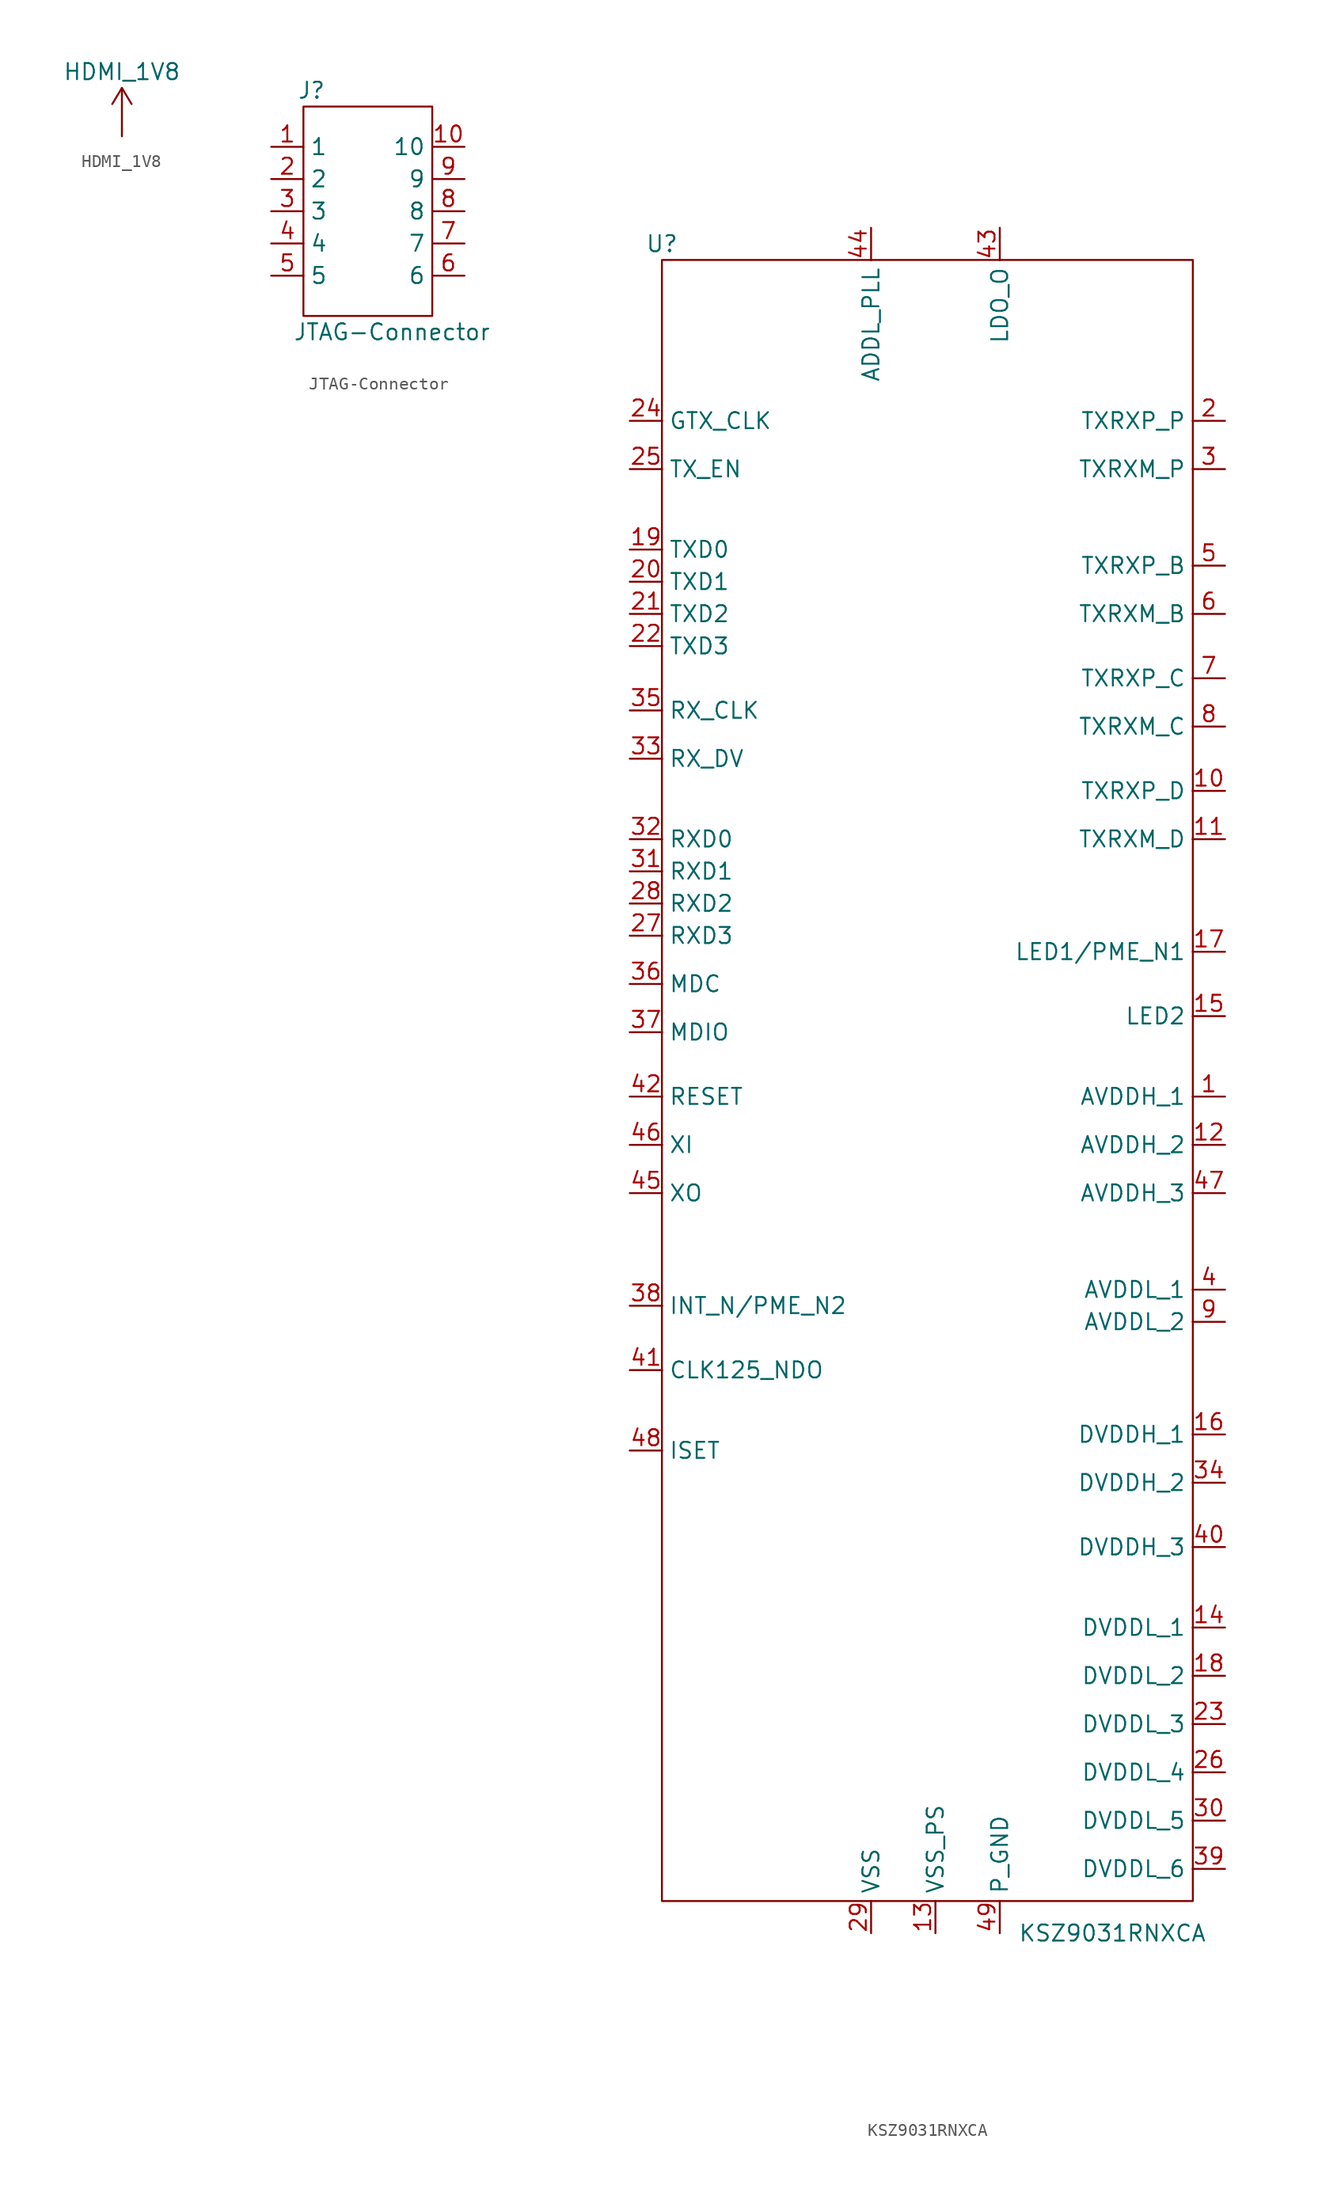
<source format=kicad_sym>
(kicad_symbol_lib
  (version 20201005)
  (generator kicad_symbol_editor)
  (symbol "BeagleV:HDMI_1V8"
    (property "Reference" "P"
      (at 0 0 0)
      (effects (font (size 1.27 1.27)) hide))
    (property "Value" "HDMI_1V8"
      (at 0 5.08 0)
      (effects (font (size 1.27 1.27))))
    (symbol "HDMI_1V8_0_1"
      (polyline (pts (xy 0 0) (xy 0 3.81)) (stroke (width 0)) (fill (type none)))
      (polyline (pts (xy 0 3.81) (xy -0.762 2.54)) (stroke (width 0)) (fill (type none)))
      (polyline (pts (xy 0 3.81) (xy 0.762 2.54)) (stroke (width 0)) (fill (type none))))
    (symbol "HDMI_1V8_1_1"
      (pin power_in line (at 0 0 90) (length 0) hide (name "LDO_3V3" (effects (font (size 1.27 1.27)))) (number "1" (effects (font (size 1.27 1.27)))))))
  (symbol "BeagleV:JTAG-Connector"
    (property "Reference" "J"
      (at -4.445 9.525 0)
      (effects (font (size 1.27 1.27))))
    (property "Value" "JTAG-Connector"
      (at 1.905 -9.525 0)
      (effects (font (size 1.27 1.27))))
    (symbol "JTAG-Connector_0_1"
      (rectangle (start -5.08 8.255) (end 5.08 -8.255) (stroke (width 0.152)) (fill (type none))))
    (symbol "JTAG-Connector_1_1"
      (pin passive line (at -7.62 5.08 0) (length 2.54) (name "1" (effects (font (size 1.27 1.27)))) (number "1" (effects (font (size 1.27 1.27)))))
      (pin passive line (at 7.62 5.08 180) (length 2.54) (name "10" (effects (font (size 1.27 1.27)))) (number "10" (effects (font (size 1.27 1.27)))))
      (pin passive line (at -7.62 2.54 0) (length 2.54) (name "2" (effects (font (size 1.27 1.27)))) (number "2" (effects (font (size 1.27 1.27)))))
      (pin passive line (at -7.62 0 0) (length 2.54) (name "3" (effects (font (size 1.27 1.27)))) (number "3" (effects (font (size 1.27 1.27)))))
      (pin passive line (at -7.62 -2.54 0) (length 2.54) (name "4" (effects (font (size 1.27 1.27)))) (number "4" (effects (font (size 1.27 1.27)))))
      (pin passive line (at -7.62 -5.08 0) (length 2.54) (name "5" (effects (font (size 1.27 1.27)))) (number "5" (effects (font (size 1.27 1.27)))))
      (pin passive line (at 7.62 -5.08 180) (length 2.54) (name "6" (effects (font (size 1.27 1.27)))) (number "6" (effects (font (size 1.27 1.27)))))
      (pin passive line (at 7.62 -2.54 180) (length 2.54) (name "7" (effects (font (size 1.27 1.27)))) (number "7" (effects (font (size 1.27 1.27)))))
      (pin passive line (at 7.62 0 180) (length 2.54) (name "8" (effects (font (size 1.27 1.27)))) (number "8" (effects (font (size 1.27 1.27)))))
      (pin passive line (at 7.62 2.54 180) (length 2.54) (name "9" (effects (font (size 1.27 1.27)))) (number "9" (effects (font (size 1.27 1.27)))))))
  (symbol "BeagleV:KSZ9031RNXCA"
    (property "Reference" "U"
      (at -21.59 68.58 0)
      (effects (font (size 1.27 1.27))))
    (property "Value" "KSZ9031RNXCA"
      (at 13.97 -64.77 0)
      (effects (font (size 1.27 1.27))))
    (symbol "KSZ9031RNXCA_0_1"
      (rectangle (start -21.59 67.31) (end 20.32 -62.23) (stroke (width 0.152)) (fill (type none))))
    (symbol "KSZ9031RNXCA_1_1"
      (pin power_in line (at 22.86 1.27 180) (length 2.56) (name "AVDDH_1" (effects (font (size 1.27 1.27)))) (number "1" (effects (font (size 1.27 1.27)))))
      (pin bidirectional line (at 22.86 25.4 180) (length 2.56) (name "TXRXP_D" (effects (font (size 1.27 1.27)))) (number "10" (effects (font (size 1.27 1.27)))))
      (pin bidirectional line (at 22.86 21.59 180) (length 2.56) (name "TXRXM_D" (effects (font (size 1.27 1.27)))) (number "11" (effects (font (size 1.27 1.27)))))
      (pin power_in line (at 22.86 -2.54 180) (length 2.56) (name "AVDDH_2" (effects (font (size 1.27 1.27)))) (number "12" (effects (font (size 1.27 1.27)))))
      (pin power_in line (at 0 -64.77 90) (length 2.56) (name "VSS_PS" (effects (font (size 1.27 1.27)))) (number "13" (effects (font (size 1.27 1.27)))))
      (pin power_in line (at 22.86 -40.64 180) (length 2.56) (name "DVDDL_1" (effects (font (size 1.27 1.27)))) (number "14" (effects (font (size 1.27 1.27)))))
      (pin output line (at 22.86 7.62 180) (length 2.56) (name "LED2" (effects (font (size 1.27 1.27)))) (number "15" (effects (font (size 1.27 1.27)))))
      (pin power_in line (at 22.86 -25.4 180) (length 2.56) (name "DVDDH_1" (effects (font (size 1.27 1.27)))) (number "16" (effects (font (size 1.27 1.27)))))
      (pin output line (at 22.86 12.7 180) (length 2.56) (name "LED1/PME_N1" (effects (font (size 1.27 1.27)))) (number "17" (effects (font (size 1.27 1.27)))))
      (pin power_in line (at 22.86 -44.45 180) (length 2.56) (name "DVDDL_2" (effects (font (size 1.27 1.27)))) (number "18" (effects (font (size 1.27 1.27)))))
      (pin input line (at -24.13 44.45 0) (length 2.56) (name "TXD0" (effects (font (size 1.27 1.27)))) (number "19" (effects (font (size 1.27 1.27)))))
      (pin bidirectional line (at 22.86 54.61 180) (length 2.56) (name "TXRXP_P" (effects (font (size 1.27 1.27)))) (number "2" (effects (font (size 1.27 1.27)))))
      (pin input line (at -24.13 41.91 0) (length 2.56) (name "TXD1" (effects (font (size 1.27 1.27)))) (number "20" (effects (font (size 1.27 1.27)))))
      (pin input line (at -24.13 39.37 0) (length 2.56) (name "TXD2" (effects (font (size 1.27 1.27)))) (number "21" (effects (font (size 1.27 1.27)))))
      (pin input line (at -24.13 36.83 0) (length 2.56) (name "TXD3" (effects (font (size 1.27 1.27)))) (number "22" (effects (font (size 1.27 1.27)))))
      (pin power_in line (at 22.86 -48.26 180) (length 2.56) (name "DVDDL_3" (effects (font (size 1.27 1.27)))) (number "23" (effects (font (size 1.27 1.27)))))
      (pin input line (at -24.13 54.61 0) (length 2.56) (name "GTX_CLK" (effects (font (size 1.27 1.27)))) (number "24" (effects (font (size 1.27 1.27)))))
      (pin input line (at -24.13 50.8 0) (length 2.56) (name "TX_EN" (effects (font (size 1.27 1.27)))) (number "25" (effects (font (size 1.27 1.27)))))
      (pin power_in line (at 22.86 -52.07 180) (length 2.56) (name "DVDDL_4" (effects (font (size 1.27 1.27)))) (number "26" (effects (font (size 1.27 1.27)))))
      (pin input line (at -24.13 13.97 0) (length 2.56) (name "RXD3" (effects (font (size 1.27 1.27)))) (number "27" (effects (font (size 1.27 1.27)))))
      (pin input line (at -24.13 16.51 0) (length 2.56) (name "RXD2" (effects (font (size 1.27 1.27)))) (number "28" (effects (font (size 1.27 1.27)))))
      (pin power_in line (at -5.08 -64.77 90) (length 2.56) (name "VSS" (effects (font (size 1.27 1.27)))) (number "29" (effects (font (size 1.27 1.27)))))
      (pin bidirectional line (at 22.86 50.8 180) (length 2.56) (name "TXRXM_P" (effects (font (size 1.27 1.27)))) (number "3" (effects (font (size 1.27 1.27)))))
      (pin power_in line (at 22.86 -55.88 180) (length 2.56) (name "DVDDL_5" (effects (font (size 1.27 1.27)))) (number "30" (effects (font (size 1.27 1.27)))))
      (pin input line (at -24.13 19.05 0) (length 2.56) (name "RXD1" (effects (font (size 1.27 1.27)))) (number "31" (effects (font (size 1.27 1.27)))))
      (pin input line (at -24.13 21.59 0) (length 2.56) (name "RXD0" (effects (font (size 1.27 1.27)))) (number "32" (effects (font (size 1.27 1.27)))))
      (pin input line (at -24.13 27.94 0) (length 2.56) (name "RX_DV" (effects (font (size 1.27 1.27)))) (number "33" (effects (font (size 1.27 1.27)))))
      (pin power_in line (at 22.86 -29.21 180) (length 2.56) (name "DVDDH_2" (effects (font (size 1.27 1.27)))) (number "34" (effects (font (size 1.27 1.27)))))
      (pin input line (at -24.13 31.75 0) (length 2.56) (name "RX_CLK" (effects (font (size 1.27 1.27)))) (number "35" (effects (font (size 1.27 1.27)))))
      (pin input line (at -24.13 10.16 0) (length 2.56) (name "MDC" (effects (font (size 1.27 1.27)))) (number "36" (effects (font (size 1.27 1.27)))))
      (pin input line (at -24.13 6.35 0) (length 2.56) (name "MDIO" (effects (font (size 1.27 1.27)))) (number "37" (effects (font (size 1.27 1.27)))))
      (pin input line (at -24.13 -15.24 0) (length 2.56) (name "INT_N/PME_N2" (effects (font (size 1.27 1.27)))) (number "38" (effects (font (size 1.27 1.27)))))
      (pin power_in line (at 22.86 -59.69 180) (length 2.56) (name "DVDDL_6" (effects (font (size 1.27 1.27)))) (number "39" (effects (font (size 1.27 1.27)))))
      (pin power_in line (at 22.86 -13.97 180) (length 2.56) (name "AVDDL_1" (effects (font (size 1.27 1.27)))) (number "4" (effects (font (size 1.27 1.27)))))
      (pin power_in line (at 22.86 -34.29 180) (length 2.56) (name "DVDDH_3" (effects (font (size 1.27 1.27)))) (number "40" (effects (font (size 1.27 1.27)))))
      (pin input line (at -24.13 -20.32 0) (length 2.56) (name "CLK125_NDO" (effects (font (size 1.27 1.27)))) (number "41" (effects (font (size 1.27 1.27)))))
      (pin input line (at -24.13 1.27 0) (length 2.56) (name "RESET" (effects (font (size 1.27 1.27)))) (number "42" (effects (font (size 1.27 1.27)))))
      (pin power_in line (at 5.08 69.85 270) (length 2.56) (name "LDO_O" (effects (font (size 1.27 1.27)))) (number "43" (effects (font (size 1.27 1.27)))))
      (pin power_in line (at -5.08 69.85 270) (length 2.56) (name "ADDL_PLL" (effects (font (size 1.27 1.27)))) (number "44" (effects (font (size 1.27 1.27)))))
      (pin input line (at -24.13 -6.35 0) (length 2.56) (name "XO" (effects (font (size 1.27 1.27)))) (number "45" (effects (font (size 1.27 1.27)))))
      (pin input line (at -24.13 -2.54 0) (length 2.56) (name "XI" (effects (font (size 1.27 1.27)))) (number "46" (effects (font (size 1.27 1.27)))))
      (pin power_in line (at 22.86 -6.35 180) (length 2.56) (name "AVDDH_3" (effects (font (size 1.27 1.27)))) (number "47" (effects (font (size 1.27 1.27)))))
      (pin input line (at -24.13 -26.67 0) (length 2.56) (name "ISET" (effects (font (size 1.27 1.27)))) (number "48" (effects (font (size 1.27 1.27)))))
      (pin power_in line (at 5.08 -64.77 90) (length 2.56) (name "P_GND" (effects (font (size 1.27 1.27)))) (number "49" (effects (font (size 1.27 1.27)))))
      (pin bidirectional line (at 22.86 43.18 180) (length 2.56) (name "TXRXP_B" (effects (font (size 1.27 1.27)))) (number "5" (effects (font (size 1.27 1.27)))))
      (pin bidirectional line (at 22.86 39.37 180) (length 2.56) (name "TXRXM_B" (effects (font (size 1.27 1.27)))) (number "6" (effects (font (size 1.27 1.27)))))
      (pin bidirectional line (at 22.86 34.29 180) (length 2.56) (name "TXRXP_C" (effects (font (size 1.27 1.27)))) (number "7" (effects (font (size 1.27 1.27)))))
      (pin bidirectional line (at 22.86 30.48 180) (length 2.56) (name "TXRXM_C" (effects (font (size 1.27 1.27)))) (number "8" (effects (font (size 1.27 1.27)))))
      (pin power_in line (at 22.86 -16.51 180) (length 2.56) (name "AVDDL_2" (effects (font (size 1.27 1.27)))) (number "9" (effects (font (size 1.27 1.27))))))))
</source>
